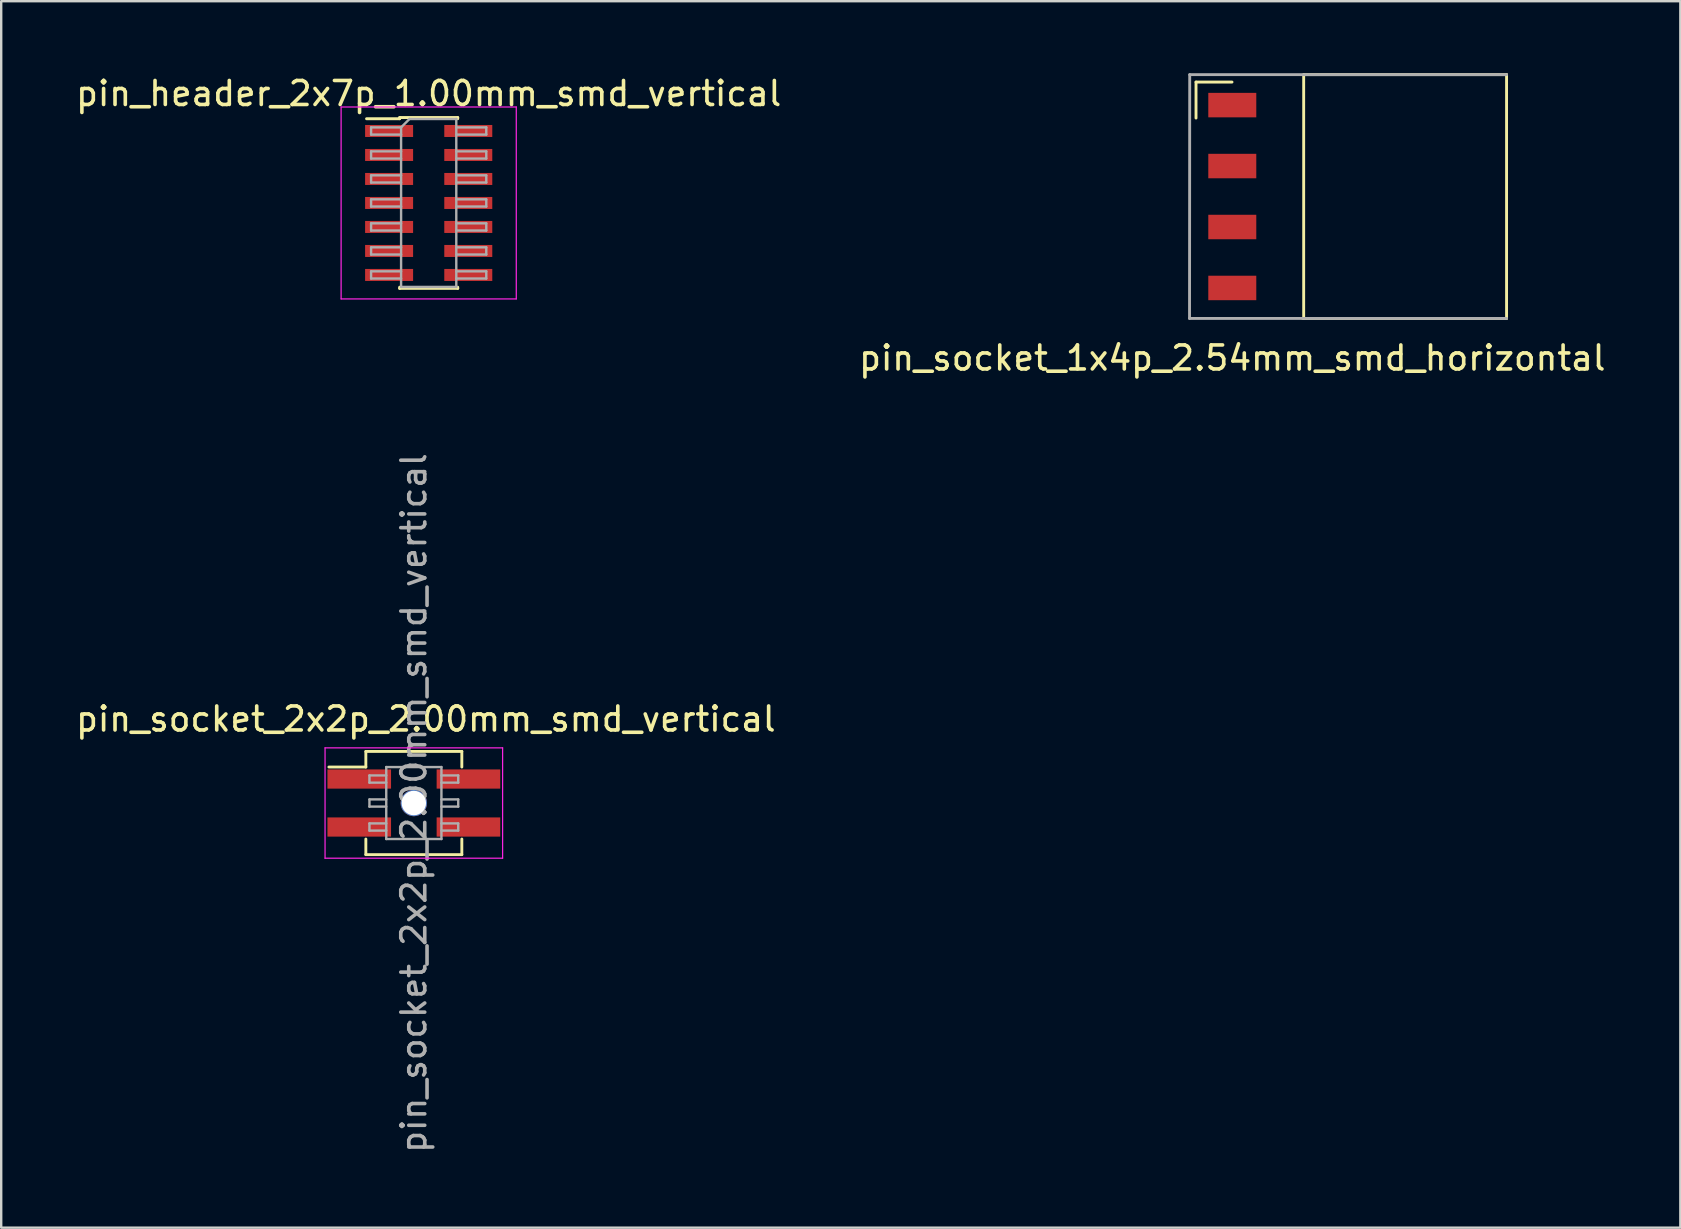
<source format=kicad_pcb>
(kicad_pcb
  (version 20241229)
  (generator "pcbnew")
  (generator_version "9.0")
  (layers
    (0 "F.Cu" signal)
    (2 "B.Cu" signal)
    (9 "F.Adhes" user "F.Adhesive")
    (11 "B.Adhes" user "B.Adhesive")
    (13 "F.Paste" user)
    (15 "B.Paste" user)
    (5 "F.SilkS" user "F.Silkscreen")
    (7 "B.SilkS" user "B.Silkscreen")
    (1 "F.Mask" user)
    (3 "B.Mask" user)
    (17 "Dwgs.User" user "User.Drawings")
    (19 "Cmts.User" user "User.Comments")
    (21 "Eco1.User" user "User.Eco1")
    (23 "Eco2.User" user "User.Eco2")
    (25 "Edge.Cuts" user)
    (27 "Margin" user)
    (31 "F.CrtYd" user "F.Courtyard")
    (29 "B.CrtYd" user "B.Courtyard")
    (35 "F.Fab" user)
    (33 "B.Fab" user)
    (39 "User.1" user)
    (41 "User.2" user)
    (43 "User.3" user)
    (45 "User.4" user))
  (footprint "pin_header_2x7p_1.00mm_smd_vertical"
    (layer "F.Cu")
    (at 14.815 5.408)
    (property "Reference" "pin_header_2x7p_1.00mm_smd_vertical" (at 0 -4.56 0) (layer "F.SilkS") (effects (font (size 1 1) (thickness 0.15))))
    (attr smd)
    (fp_line (start -2.59 -3.51) (end -1.21 -3.51) (stroke (width 0.12) (type solid)) (layer "F.SilkS"))
    (fp_line (start -1.21 -3.56) (end -1.21 -3.51) (stroke (width 0.12) (type solid)) (layer "F.SilkS"))
    (fp_line (start -1.21 -3.56) (end 1.21 -3.56) (stroke (width 0.12) (type solid)) (layer "F.SilkS"))
    (fp_line (start -1.21 3.51) (end -1.21 3.56) (stroke (width 0.12) (type solid)) (layer "F.SilkS"))
    (fp_line (start -1.21 3.56) (end 1.21 3.56) (stroke (width 0.12) (type solid)) (layer "F.SilkS"))
    (fp_line (start 1.21 -3.56) (end 1.21 -3.51) (stroke (width 0.12) (type solid)) (layer "F.SilkS"))
    (fp_line (start 1.21 3.51) (end 1.21 3.56) (stroke (width 0.12) (type solid)) (layer "F.SilkS"))
    (fp_line (start -3.65 -4) (end -3.65 4) (stroke (width 0.05) (type solid)) (layer "F.CrtYd"))
    (fp_line (start -3.65 4) (end 3.65 4) (stroke (width 0.05) (type solid)) (layer "F.CrtYd"))
    (fp_line (start 3.65 -4) (end -3.65 -4) (stroke (width 0.05) (type solid)) (layer "F.CrtYd"))
    (fp_line (start 3.65 4) (end 3.65 -4) (stroke (width 0.05) (type solid)) (layer "F.CrtYd"))
    (fp_line (start -2.4 -3.15) (end -2.4 -2.85) (stroke (width 0.1) (type solid)) (layer "F.Fab"))
    (fp_line (start -2.4 -2.85) (end -1.15 -2.85) (stroke (width 0.1) (type solid)) (layer "F.Fab"))
    (fp_line (start -2.4 -2.15) (end -2.4 -1.85) (stroke (width 0.1) (type solid)) (layer "F.Fab"))
    (fp_line (start -2.4 -1.85) (end -1.15 -1.85) (stroke (width 0.1) (type solid)) (layer "F.Fab"))
    (fp_line (start -2.4 -1.15) (end -2.4 -0.85) (stroke (width 0.1) (type solid)) (layer "F.Fab"))
    (fp_line (start -2.4 -0.85) (end -1.15 -0.85) (stroke (width 0.1) (type solid)) (layer "F.Fab"))
    (fp_line (start -2.4 -0.15) (end -2.4 0.15) (stroke (width 0.1) (type solid)) (layer "F.Fab"))
    (fp_line (start -2.4 0.15) (end -1.15 0.15) (stroke (width 0.1) (type solid)) (layer "F.Fab"))
    (fp_line (start -2.4 0.85) (end -2.4 1.15) (stroke (width 0.1) (type solid)) (layer "F.Fab"))
    (fp_line (start -2.4 1.15) (end -1.15 1.15) (stroke (width 0.1) (type solid)) (layer "F.Fab"))
    (fp_line (start -2.4 1.85) (end -2.4 2.15) (stroke (width 0.1) (type solid)) (layer "F.Fab"))
    (fp_line (start -2.4 2.15) (end -1.15 2.15) (stroke (width 0.1) (type solid)) (layer "F.Fab"))
    (fp_line (start -2.4 2.85) (end -2.4 3.15) (stroke (width 0.1) (type solid)) (layer "F.Fab"))
    (fp_line (start -2.4 3.15) (end -1.15 3.15) (stroke (width 0.1) (type solid)) (layer "F.Fab"))
    (fp_line (start -1.15 -3.15) (end -2.4 -3.15) (stroke (width 0.1) (type solid)) (layer "F.Fab"))
    (fp_line (start -1.15 -3.15) (end -0.8 -3.5) (stroke (width 0.1) (type solid)) (layer "F.Fab"))
    (fp_line (start -1.15 -2.15) (end -2.4 -2.15) (stroke (width 0.1) (type solid)) (layer "F.Fab"))
    (fp_line (start -1.15 -1.15) (end -2.4 -1.15) (stroke (width 0.1) (type solid)) (layer "F.Fab"))
    (fp_line (start -1.15 -0.15) (end -2.4 -0.15) (stroke (width 0.1) (type solid)) (layer "F.Fab"))
    (fp_line (start -1.15 0.85) (end -2.4 0.85) (stroke (width 0.1) (type solid)) (layer "F.Fab"))
    (fp_line (start -1.15 1.85) (end -2.4 1.85) (stroke (width 0.1) (type solid)) (layer "F.Fab"))
    (fp_line (start -1.15 2.85) (end -2.4 2.85) (stroke (width 0.1) (type solid)) (layer "F.Fab"))
    (fp_line (start -1.15 3.5) (end -1.15 -3.15) (stroke (width 0.1) (type solid)) (layer "F.Fab"))
    (fp_line (start -0.8 -3.5) (end 1.15 -3.5) (stroke (width 0.1) (type solid)) (layer "F.Fab"))
    (fp_line (start 1.15 -3.5) (end 1.15 3.5) (stroke (width 0.1) (type solid)) (layer "F.Fab"))
    (fp_line (start 1.15 -3.15) (end 2.4 -3.15) (stroke (width 0.1) (type solid)) (layer "F.Fab"))
    (fp_line (start 1.15 -2.15) (end 2.4 -2.15) (stroke (width 0.1) (type solid)) (layer "F.Fab"))
    (fp_line (start 1.15 -1.15) (end 2.4 -1.15) (stroke (width 0.1) (type solid)) (layer "F.Fab"))
    (fp_line (start 1.15 -0.15) (end 2.4 -0.15) (stroke (width 0.1) (type solid)) (layer "F.Fab"))
    (fp_line (start 1.15 0.85) (end 2.4 0.85) (stroke (width 0.1) (type solid)) (layer "F.Fab"))
    (fp_line (start 1.15 1.85) (end 2.4 1.85) (stroke (width 0.1) (type solid)) (layer "F.Fab"))
    (fp_line (start 1.15 2.85) (end 2.4 2.85) (stroke (width 0.1) (type solid)) (layer "F.Fab"))
    (fp_line (start 1.15 3.5) (end -1.15 3.5) (stroke (width 0.1) (type solid)) (layer "F.Fab"))
    (fp_line (start 2.4 -3.15) (end 2.4 -2.85) (stroke (width 0.1) (type solid)) (layer "F.Fab"))
    (fp_line (start 2.4 -2.85) (end 1.15 -2.85) (stroke (width 0.1) (type solid)) (layer "F.Fab"))
    (fp_line (start 2.4 -2.15) (end 2.4 -1.85) (stroke (width 0.1) (type solid)) (layer "F.Fab"))
    (fp_line (start 2.4 -1.85) (end 1.15 -1.85) (stroke (width 0.1) (type solid)) (layer "F.Fab"))
    (fp_line (start 2.4 -1.15) (end 2.4 -0.85) (stroke (width 0.1) (type solid)) (layer "F.Fab"))
    (fp_line (start 2.4 -0.85) (end 1.15 -0.85) (stroke (width 0.1) (type solid)) (layer "F.Fab"))
    (fp_line (start 2.4 -0.15) (end 2.4 0.15) (stroke (width 0.1) (type solid)) (layer "F.Fab"))
    (fp_line (start 2.4 0.15) (end 1.15 0.15) (stroke (width 0.1) (type solid)) (layer "F.Fab"))
    (fp_line (start 2.4 0.85) (end 2.4 1.15) (stroke (width 0.1) (type solid)) (layer "F.Fab"))
    (fp_line (start 2.4 1.15) (end 1.15 1.15) (stroke (width 0.1) (type solid)) (layer "F.Fab"))
    (fp_line (start 2.4 1.85) (end 2.4 2.15) (stroke (width 0.1) (type solid)) (layer "F.Fab"))
    (fp_line (start 2.4 2.15) (end 1.15 2.15) (stroke (width 0.1) (type solid)) (layer "F.Fab"))
    (fp_line (start 2.4 2.85) (end 2.4 3.15) (stroke (width 0.1) (type solid)) (layer "F.Fab"))
    (fp_line (start 2.4 3.15) (end 1.15 3.15) (stroke (width 0.1) (type solid)) (layer "F.Fab"))
    (pad "1" smd rect (at -1.65 -3) (size 2 0.5) (layers "F.Cu" "F.Mask" "F.Paste"))
    (pad "2" smd rect (at 1.65 -3) (size 2 0.5) (layers "F.Cu" "F.Mask" "F.Paste"))
    (pad "3" smd rect (at -1.65 -2) (size 2 0.5) (layers "F.Cu" "F.Mask" "F.Paste"))
    (pad "4" smd rect (at 1.65 -2) (size 2 0.5) (layers "F.Cu" "F.Mask" "F.Paste"))
    (pad "5" smd rect (at -1.65 -1) (size 2 0.5) (layers "F.Cu" "F.Mask" "F.Paste"))
    (pad "6" smd rect (at 1.65 -1) (size 2 0.5) (layers "F.Cu" "F.Mask" "F.Paste"))
    (pad "7" smd rect (at -1.65 0) (size 2 0.5) (layers "F.Cu" "F.Mask" "F.Paste"))
    (pad "8" smd rect (at 1.65 0) (size 2 0.5) (layers "F.Cu" "F.Mask" "F.Paste"))
    (pad "9" smd rect (at -1.65 1) (size 2 0.5) (layers "F.Cu" "F.Mask" "F.Paste"))
    (pad "10" smd rect (at 1.65 1) (size 2 0.5) (layers "F.Cu" "F.Mask" "F.Paste"))
    (pad "11" smd rect (at -1.65 2) (size 2 0.5) (layers "F.Cu" "F.Mask" "F.Paste"))
    (pad "12" smd rect (at 1.65 2) (size 2 0.5) (layers "F.Cu" "F.Mask" "F.Paste"))
    (pad "13" smd rect (at -1.65 3) (size 2 0.5) (layers "F.Cu" "F.Mask" "F.Paste"))
    (pad "14" smd rect (at 1.65 3) (size 2 0.5) (layers "F.Cu" "F.Mask" "F.Paste")))
  (footprint "pin_socket_1x4p_2.54mm_smd_horizontal"
    (layer "F.Cu")
    (at 48.304 1.33)
    (property "Reference" "pin_socket_1x4p_2.54mm_smd_horizontal" (at 0 10.54 0) (layer "F.SilkS") (effects (font (size 1 1) (thickness 0.15))))
    (attr through_hole)
    (fp_line (start -1.512 -0.96) (end -0.012 -0.96) (stroke (width 0.12) (type solid)) (layer "F.SilkS"))
    (fp_line (start -1.512 0.54) (end -1.512 -0.96) (stroke (width 0.12) (type solid)) (layer "F.SilkS"))
    (fp_line (start 2.93 8.89) (end 11.43 8.89) (stroke (width 0.12) (type solid)) (layer "F.SilkS"))
    (fp_line (start 2.975 -1.27) (end 2.975 8.89) (stroke (width 0.12) (type solid)) (layer "F.SilkS"))
    (fp_line (start 2.975 -1.27) (end 11.43 -1.27) (stroke (width 0.12) (type solid)) (layer "F.SilkS"))
    (fp_line (start 11.43 -1.27) (end 11.43 8.89) (stroke (width 0.12) (type solid)) (layer "F.SilkS"))
    (fp_line (start -1.782 8.89) (end -1.774 -1.27) (stroke (width 0.12) (type solid)) (layer "F.Fab"))
    (fp_line (start -1.774 -1.27) (end 11.43 -1.27) (stroke (width 0.12) (type solid)) (layer "F.Fab"))
    (fp_line (start 11.43 8.89) (end -1.782 8.89) (stroke (width 0.12) (type solid)) (layer "F.Fab"))
    (pad "1" smd rect (at 0 0) (size 2 1.02) (layers "F.Cu" "F.Mask" "F.Paste"))
    (pad "2" smd rect (at 0 2.54) (size 2 1.02) (layers "F.Cu" "F.Mask" "F.Paste"))
    (pad "3" smd rect (at 0 5.08) (size 2 1.02) (layers "F.Cu" "F.Mask" "F.Paste"))
    (pad "4" smd rect (at 0 7.62) (size 2 1.02) (layers "F.Cu" "F.Mask" "F.Paste")))
  (footprint "pin_socket_2x2p_2.00mm_smd_vertical"
    (layer "F.Cu")
    (at 14.196 30.415)
    (property "Reference" "pin_socket_2x2p_2.00mm_smd_vertical" (at 0.5 -3.5 0) (layer "F.SilkS") (effects (font (size 1 1) (thickness 0.15))))
    (attr smd)
    (fp_line (start -3.54 -1.5) (end -2 -1.5) (stroke (width 0.12) (type solid)) (layer "F.SilkS"))
    (fp_line (start -2 -2.15) (end -2 -1.5) (stroke (width 0.12) (type solid)) (layer "F.SilkS"))
    (fp_line (start -2 -2.15) (end 2 -2.15) (stroke (width 0.12) (type solid)) (layer "F.SilkS"))
    (fp_line (start -2 2.15) (end -2 1.5) (stroke (width 0.12) (type solid)) (layer "F.SilkS"))
    (fp_line (start -2 2.15) (end 2 2.15) (stroke (width 0.12) (type solid)) (layer "F.SilkS"))
    (fp_line (start 2 -2.15) (end 2 -1.5) (stroke (width 0.12) (type solid)) (layer "F.SilkS"))
    (fp_line (start 2 1.5) (end 2 2.15) (stroke (width 0.12) (type solid)) (layer "F.SilkS"))
    (fp_line (start -3.7 -2.3) (end -3.7 2.3) (stroke (width 0.05) (type solid)) (layer "F.CrtYd"))
    (fp_line (start -3.7 2.3) (end 3.7 2.3) (stroke (width 0.05) (type solid)) (layer "F.CrtYd"))
    (fp_line (start 3.7 -2.3) (end -3.7 -2.3) (stroke (width 0.05) (type solid)) (layer "F.CrtYd"))
    (fp_line (start 3.7 2.3) (end 3.7 -2.3) (stroke (width 0.05) (type solid)) (layer "F.CrtYd"))
    (fp_line (start -1.85 -1.15) (end -1.85 -0.85) (stroke (width 0.1) (type solid)) (layer "F.Fab"))
    (fp_line (start -1.85 -0.85) (end -1.15 -0.85) (stroke (width 0.1) (type solid)) (layer "F.Fab"))
    (fp_line (start -1.85 -0.15) (end -1.85 0.15) (stroke (width 0.1) (type solid)) (layer "F.Fab"))
    (fp_line (start -1.85 0.15) (end -1.15 0.15) (stroke (width 0.1) (type solid)) (layer "F.Fab"))
    (fp_line (start -1.85 0.85) (end -1.85 1.15) (stroke (width 0.1) (type solid)) (layer "F.Fab"))
    (fp_line (start -1.85 1.15) (end -1.15 1.15) (stroke (width 0.1) (type solid)) (layer "F.Fab"))
    (fp_line (start -1.15 -1.5) (end 1.15 -1.5) (stroke (width 0.1) (type solid)) (layer "F.Fab"))
    (fp_line (start -1.15 -1.15) (end -1.85 -1.15) (stroke (width 0.1) (type solid)) (layer "F.Fab"))
    (fp_line (start -1.15 -0.15) (end -1.85 -0.15) (stroke (width 0.1) (type solid)) (layer "F.Fab"))
    (fp_line (start -1.15 0.85) (end -1.85 0.85) (stroke (width 0.1) (type solid)) (layer "F.Fab"))
    (fp_line (start -1.15 1.5) (end -1.15 -1.5) (stroke (width 0.1) (type solid)) (layer "F.Fab"))
    (fp_line (start 1.15 -1.5) (end 1.15 1.5) (stroke (width 0.1) (type solid)) (layer "F.Fab"))
    (fp_line (start 1.15 -1.15) (end 1.85 -1.15) (stroke (width 0.1) (type solid)) (layer "F.Fab"))
    (fp_line (start 1.15 -0.15) (end 1.85 -0.15) (stroke (width 0.1) (type solid)) (layer "F.Fab"))
    (fp_line (start 1.15 0.85) (end 1.85 0.85) (stroke (width 0.1) (type solid)) (layer "F.Fab"))
    (fp_line (start 1.15 1.5) (end -1.15 1.5) (stroke (width 0.1) (type solid)) (layer "F.Fab"))
    (fp_line (start 1.85 -1.15) (end 1.85 -0.85) (stroke (width 0.1) (type solid)) (layer "F.Fab"))
    (fp_line (start 1.85 -0.85) (end 1.15 -0.85) (stroke (width 0.1) (type solid)) (layer "F.Fab"))
    (fp_line (start 1.85 -0.15) (end 1.85 0.15) (stroke (width 0.1) (type solid)) (layer "F.Fab"))
    (fp_line (start 1.85 0.15) (end 1.15 0.15) (stroke (width 0.1) (type solid)) (layer "F.Fab"))
    (fp_line (start 1.85 0.85) (end 1.85 1.15) (stroke (width 0.1) (type solid)) (layer "F.Fab"))
    (fp_line (start 1.85 1.15) (end 1.15 1.15) (stroke (width 0.1) (type solid)) (layer "F.Fab"))
    (fp_text user "${REFERENCE}" (at 0 0 90) (layer "F.Fab") (effects (font (size 1 1) (thickness 0.15))))
    (pad "" np_thru_hole circle (at 0 0) (size 1.1 1.1) (drill 1.02) (layers "*.Cu" "*.Mask"))
    (pad "1" smd rect (at -2.275 -1) (size 2.65 0.8) (layers "F.Cu" "F.Mask" "F.Paste"))
    (pad "2" smd rect (at -2.275 1) (size 2.65 0.8) (layers "F.Cu" "F.Mask" "F.Paste"))
    (pad "3" smd rect (at 2.275 1) (size 2.65 0.8) (layers "F.Cu" "F.Mask" "F.Paste"))
    (pad "4" smd rect (at 2.275 -1) (size 2.65 0.8) (layers "F.Cu" "F.Mask" "F.Paste")))
  (gr_rect
    (start -3 -3)
    (end 66.976 48.111)
    (stroke (width 0.1) (type default))
    (fill no)
    (layer "Edge.Cuts")))
</source>
